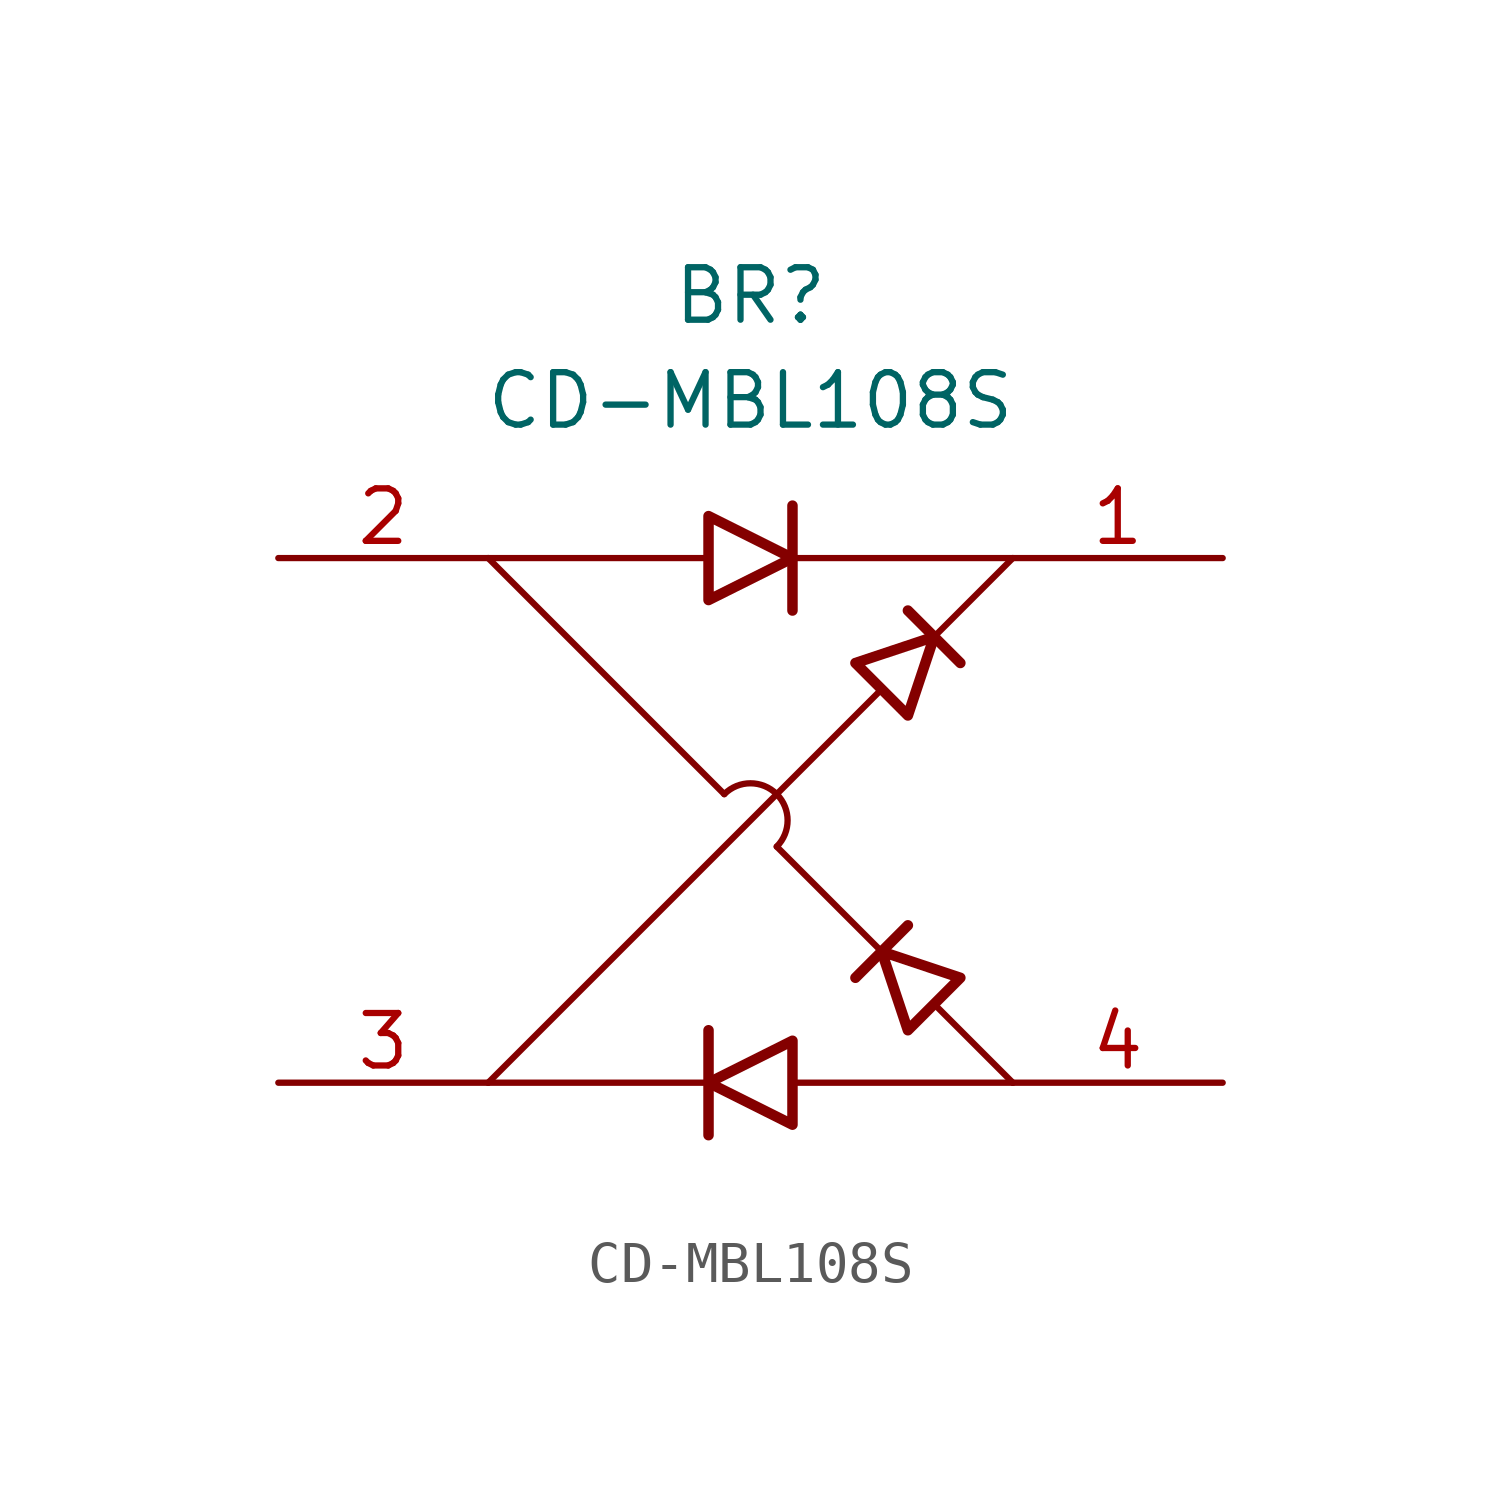
<source format=kicad_sym>
(kicad_symbol_lib
  (version 20241209)
  (generator "kicad_symbol_editor")
  (generator_version "9.0")
  (symbol "CD-MBL108S"
    (pin_names
      (hide yes))
    (property "Reference" "BR"
      (at -1.27 3.81 0)
      (effects (font (size 1.27 1.27))))
    (property "Value" "CD-MBL108S"
      (at -1.27 1.27 0)
      (effects (font (size 1.27 1.27))))
    (symbol "CD-MBL108S_0_1"
      (polyline (pts (xy -7.62 -2.54) (xy -1.905 -8.255)) (stroke (width 0) (type default)) (fill (type none)))
      (polyline (pts (xy -2.286 -2.54) (xy -7.62 -2.54)) (stroke (width 0) (type default)) (fill (type none)))
      (polyline (pts (xy -2.286 -3.556) (xy -2.286 -1.524) (xy -0.254 -2.54) (xy -2.286 -3.556)) (stroke (width 0.254) (type default)) (fill (type none)))
      (polyline (pts (xy -2.286 -13.97) (xy -2.286 -16.51)) (stroke (width 0.254) (type default)) (fill (type none)))
      (polyline (pts (xy -2.286 -15.24) (xy -7.62 -15.24)) (stroke (width 0) (type default)) (fill (type none)))
      (arc (start -1.905 -8.255) (mid -0.635 -8.255) (end -0.635 -9.525) (stroke (width 0) (type default)) (fill (type none)))
      (polyline (pts (xy -0.635 -9.525) (xy 1.905 -12.065)) (stroke (width 0) (type default)) (fill (type none)))
      (polyline (pts (xy -0.254 -3.81) (xy -0.254 -1.27)) (stroke (width 0.254) (type default)) (fill (type none)))
      (polyline (pts (xy -0.254 -14.224) (xy -0.254 -16.256) (xy -2.286 -15.24) (xy -0.254 -14.224)) (stroke (width 0.254) (type default)) (fill (type none)))
      (polyline (pts (xy 1.905 -5.715) (xy -7.62 -15.24)) (stroke (width 0) (type default)) (fill (type none)))
      (polyline (pts (xy 2.54 -6.35) (xy 1.27 -5.08) (xy 3.175 -4.445) (xy 2.54 -6.35)) (stroke (width 0.254) (type default)) (fill (type none)))
      (polyline (pts (xy 2.54 -11.43) (xy 1.27 -12.7)) (stroke (width 0.254) (type default)) (fill (type none)))
      (polyline (pts (xy 3.175 -13.335) (xy 5.08 -15.24)) (stroke (width 0) (type default)) (fill (type none)))
      (polyline (pts (xy 3.81 -5.08) (xy 2.54 -3.81)) (stroke (width 0.254) (type default)) (fill (type none)))
      (polyline (pts (xy 3.81 -12.7) (xy 2.54 -13.97) (xy 1.905 -12.065) (xy 3.81 -12.7)) (stroke (width 0.254) (type default)) (fill (type none)))
      (polyline (pts (xy 5.08 -2.54) (xy -0.254 -2.54)) (stroke (width 0) (type default)) (fill (type none)))
      (polyline (pts (xy 5.08 -2.54) (xy 3.175 -4.445)) (stroke (width 0) (type default)) (fill (type none)))
      (polyline (pts (xy 5.08 -15.24) (xy -0.254 -15.24)) (stroke (width 0) (type default)) (fill (type none))))
    (symbol "CD-MBL108S_1_1"
      (pin passive line (at -12.7 -2.54 0) (length 5.08) (name "~_1" (effects (font (size 1.27 1.27)))) (number "2" (effects (font (size 1.27 1.27)))))
      (pin passive line (at -12.7 -15.24 0) (length 5.08) (name "~_2" (effects (font (size 1.27 1.27)))) (number "3" (effects (font (size 1.27 1.27)))))
      (pin passive line (at 10.16 -2.54 180) (length 5.08) (name "+" (effects (font (size 1.27 1.27)))) (number "1" (effects (font (size 1.27 1.27)))))
      (pin passive line (at 10.16 -15.24 180) (length 5.08) (name "-" (effects (font (size 1.27 1.27)))) (number "4" (effects (font (size 1.27 1.27))))))))
</source>
